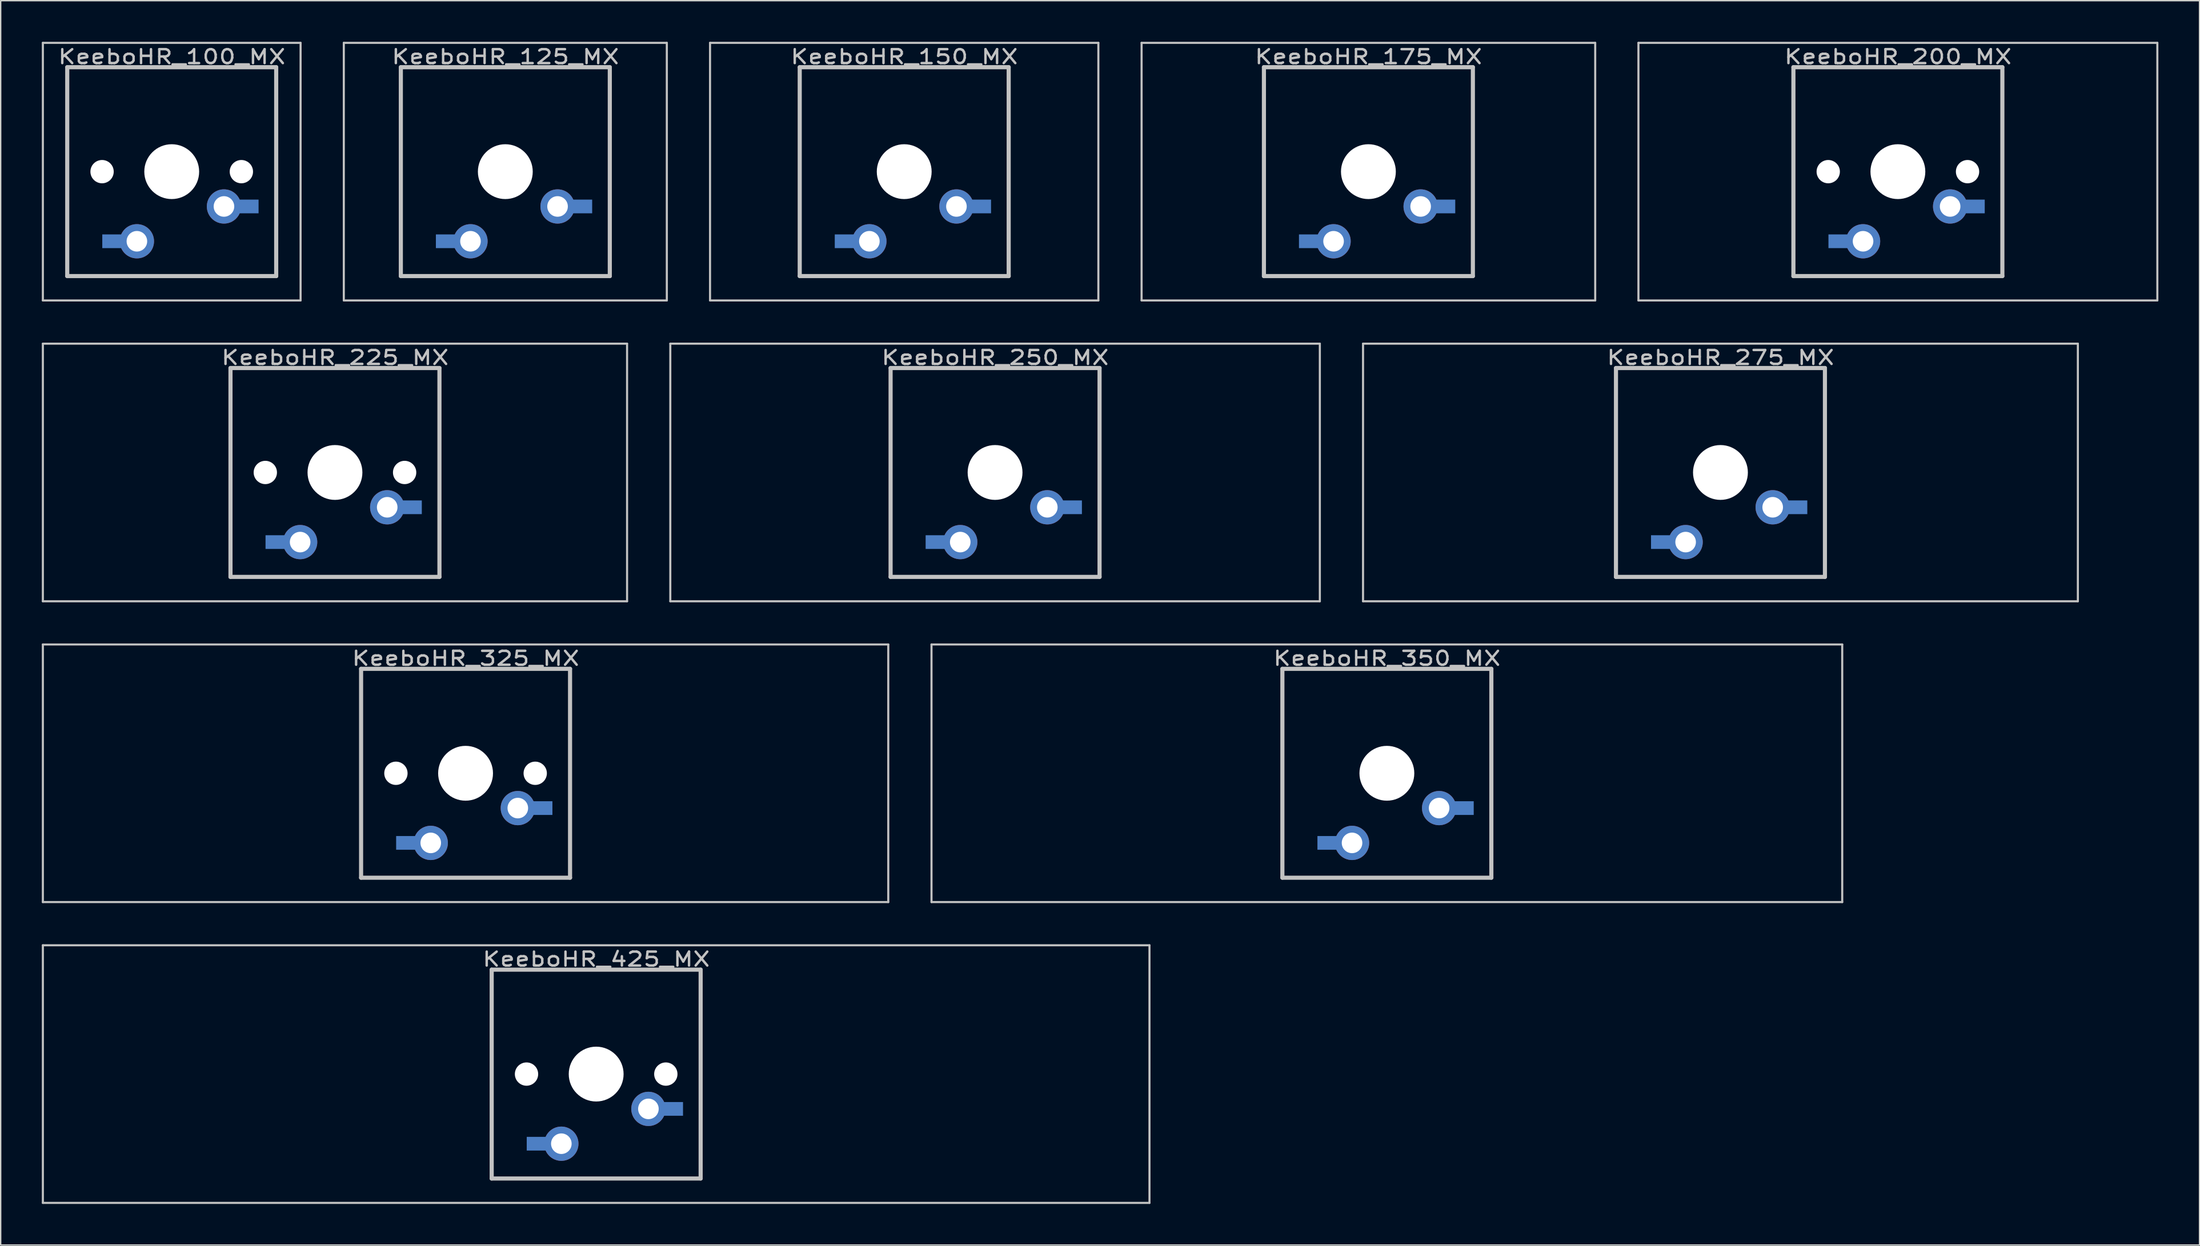
<source format=kicad_pcb>
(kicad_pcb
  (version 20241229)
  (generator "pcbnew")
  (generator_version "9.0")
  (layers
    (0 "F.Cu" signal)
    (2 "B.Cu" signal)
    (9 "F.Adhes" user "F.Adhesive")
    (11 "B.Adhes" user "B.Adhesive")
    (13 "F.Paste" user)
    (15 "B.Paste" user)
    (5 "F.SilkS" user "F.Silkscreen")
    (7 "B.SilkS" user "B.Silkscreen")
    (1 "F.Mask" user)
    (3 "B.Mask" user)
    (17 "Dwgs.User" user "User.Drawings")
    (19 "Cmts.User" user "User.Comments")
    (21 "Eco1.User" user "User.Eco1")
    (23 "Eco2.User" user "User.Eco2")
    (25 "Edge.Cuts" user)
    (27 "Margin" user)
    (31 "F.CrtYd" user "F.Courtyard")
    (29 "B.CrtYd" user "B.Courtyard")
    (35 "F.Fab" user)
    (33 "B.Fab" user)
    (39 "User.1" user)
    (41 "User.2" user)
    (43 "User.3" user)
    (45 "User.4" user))
  (footprint "KeeboHR_250_MX"
    (layer "B.Cu")
    (at 69.523 31.423)
    (property "Reference" "KeeboHR_250_MX" (at 0 -8.382 0) (layer "Dwgs.User") (effects (font (size 1.016 1.27) (thickness 0.178))))
    (attr through_hole)
    (fp_line (start -23.686 -9.398) (end 23.686 -9.398) (stroke (width 0.152) (type solid)) (layer "Dwgs.User"))
    (fp_line (start -23.686 9.398) (end -23.686 -9.398) (stroke (width 0.152) (type solid)) (layer "Dwgs.User"))
    (fp_line (start -7.62 -7.62) (end 7.62 -7.62) (stroke (width 0.3) (type solid)) (layer "Dwgs.User"))
    (fp_line (start -7.62 7.62) (end -7.62 -7.62) (stroke (width 0.3) (type solid)) (layer "Dwgs.User"))
    (fp_line (start 7.62 -7.62) (end 7.62 7.62) (stroke (width 0.3) (type solid)) (layer "Dwgs.User"))
    (fp_line (start 7.62 7.62) (end -7.62 7.62) (stroke (width 0.3) (type solid)) (layer "Dwgs.User"))
    (fp_line (start 23.686 -9.398) (end 23.686 9.398) (stroke (width 0.152) (type solid)) (layer "Dwgs.User"))
    (fp_line (start 23.686 9.398) (end -23.686 9.398) (stroke (width 0.152) (type solid)) (layer "Dwgs.User"))
    (pad "" np_thru_hole circle (at 0 0) (size 4 4) (drill 4) (layers "*.Cu" "*.Mask"))
    (pad "1" thru_hole circle (at 3.81 2.54) (size 2.5 2.5) (drill 1.5) (layers "*.Cu" "*.Mask"))
    (pad "1" smd rect (at 5.334 2.54) (size 2 1) (layers "B.Cu" "B.Mask"))
    (pad "2" smd rect (at -4.064 5.08) (size 2 1) (layers "B.Cu" "B.Mask"))
    (pad "2" thru_hole circle (at -2.54 5.08) (size 2.5 2.5) (drill 1.5) (layers "*.Cu" "*.Mask")))
  (footprint "KeeboHR_275_MX"
    (layer "B.Cu")
    (at 122.427 31.423)
    (property "Reference" "KeeboHR_275_MX" (at 0 -8.382 0) (layer "Dwgs.User") (effects (font (size 1.016 1.27) (thickness 0.178))))
    (attr through_hole)
    (fp_line (start -26.067 -9.398) (end 26.067 -9.398) (stroke (width 0.152) (type solid)) (layer "Dwgs.User"))
    (fp_line (start -26.067 9.398) (end -26.067 -9.398) (stroke (width 0.152) (type solid)) (layer "Dwgs.User"))
    (fp_line (start -7.62 -7.62) (end 7.62 -7.62) (stroke (width 0.3) (type solid)) (layer "Dwgs.User"))
    (fp_line (start -7.62 7.62) (end -7.62 -7.62) (stroke (width 0.3) (type solid)) (layer "Dwgs.User"))
    (fp_line (start 7.62 -7.62) (end 7.62 7.62) (stroke (width 0.3) (type solid)) (layer "Dwgs.User"))
    (fp_line (start 7.62 7.62) (end -7.62 7.62) (stroke (width 0.3) (type solid)) (layer "Dwgs.User"))
    (fp_line (start 26.067 -9.398) (end 26.067 9.398) (stroke (width 0.152) (type solid)) (layer "Dwgs.User"))
    (fp_line (start 26.067 9.398) (end -26.067 9.398) (stroke (width 0.152) (type solid)) (layer "Dwgs.User"))
    (pad "" np_thru_hole circle (at 0 0) (size 4 4) (drill 4) (layers "*.Cu" "*.Mask"))
    (pad "1" thru_hole circle (at 3.81 2.54) (size 2.5 2.5) (drill 1.5) (layers "*.Cu" "*.Mask"))
    (pad "1" smd rect (at 5.334 2.54) (size 2 1) (layers "B.Cu" "B.Mask"))
    (pad "2" smd rect (at -4.064 5.08) (size 2 1) (layers "B.Cu" "B.Mask"))
    (pad "2" thru_hole circle (at -2.54 5.08) (size 2.5 2.5) (drill 1.5) (layers "*.Cu" "*.Mask")))
  (footprint "KeeboHR_325_MX"
    (layer "B.Cu")
    (at 30.905 53.371)
    (property "Reference" "KeeboHR_325_MX" (at 0 -8.382 0) (layer "Dwgs.User") (effects (font (size 1.016 1.27) (thickness 0.178))))
    (attr through_hole)
    (fp_line (start -30.829 -9.398) (end 30.829 -9.398) (stroke (width 0.152) (type solid)) (layer "Dwgs.User"))
    (fp_line (start -30.829 9.398) (end -30.829 -9.398) (stroke (width 0.152) (type solid)) (layer "Dwgs.User"))
    (fp_line (start -7.62 -7.62) (end 7.62 -7.62) (stroke (width 0.3) (type solid)) (layer "Dwgs.User"))
    (fp_line (start -7.62 7.62) (end -7.62 -7.62) (stroke (width 0.3) (type solid)) (layer "Dwgs.User"))
    (fp_line (start 7.62 -7.62) (end 7.62 7.62) (stroke (width 0.3) (type solid)) (layer "Dwgs.User"))
    (fp_line (start 7.62 7.62) (end -7.62 7.62) (stroke (width 0.3) (type solid)) (layer "Dwgs.User"))
    (fp_line (start 30.829 -9.398) (end 30.829 9.398) (stroke (width 0.152) (type solid)) (layer "Dwgs.User"))
    (fp_line (start 30.829 9.398) (end -30.829 9.398) (stroke (width 0.152) (type solid)) (layer "Dwgs.User"))
    (pad "" np_thru_hole circle (at -5.08 0) (size 1.7 1.7) (drill 1.7) (layers "*.Cu" "*.Mask"))
    (pad "" np_thru_hole circle (at 0 0) (size 4 4) (drill 4) (layers "*.Cu" "*.Mask"))
    (pad "" np_thru_hole circle (at 5.08 0) (size 1.7 1.7) (drill 1.7) (layers "*.Cu" "*.Mask"))
    (pad "1" thru_hole circle (at 3.81 2.54) (size 2.5 2.5) (drill 1.5) (layers "*.Cu" "*.Mask"))
    (pad "1" smd rect (at 5.334 2.54) (size 2 1) (layers "B.Cu" "B.Mask"))
    (pad "2" smd rect (at -4.064 5.08) (size 2 1) (layers "B.Cu" "B.Mask"))
    (pad "2" thru_hole circle (at -2.54 5.08) (size 2.5 2.5) (drill 1.5) (layers "*.Cu" "*.Mask")))
  (footprint "KeeboHR_225_MX"
    (layer "B.Cu")
    (at 21.38 31.423)
    (property "Reference" "KeeboHR_225_MX" (at 0 -8.382 0) (layer "Dwgs.User") (effects (font (size 1.016 1.27) (thickness 0.178))))
    (attr through_hole)
    (fp_line (start -21.304 -9.398) (end 21.304 -9.398) (stroke (width 0.152) (type solid)) (layer "Dwgs.User"))
    (fp_line (start -21.304 9.398) (end -21.304 -9.398) (stroke (width 0.152) (type solid)) (layer "Dwgs.User"))
    (fp_line (start -7.62 -7.62) (end 7.62 -7.62) (stroke (width 0.3) (type solid)) (layer "Dwgs.User"))
    (fp_line (start -7.62 7.62) (end -7.62 -7.62) (stroke (width 0.3) (type solid)) (layer "Dwgs.User"))
    (fp_line (start 7.62 -7.62) (end 7.62 7.62) (stroke (width 0.3) (type solid)) (layer "Dwgs.User"))
    (fp_line (start 7.62 7.62) (end -7.62 7.62) (stroke (width 0.3) (type solid)) (layer "Dwgs.User"))
    (fp_line (start 21.304 -9.398) (end 21.304 9.398) (stroke (width 0.152) (type solid)) (layer "Dwgs.User"))
    (fp_line (start 21.304 9.398) (end -21.304 9.398) (stroke (width 0.152) (type solid)) (layer "Dwgs.User"))
    (pad "" np_thru_hole circle (at -5.08 0) (size 1.7 1.7) (drill 1.7) (layers "*.Cu" "*.Mask"))
    (pad "" np_thru_hole circle (at 0 0) (size 4 4) (drill 4) (layers "*.Cu" "*.Mask"))
    (pad "" np_thru_hole circle (at 5.08 0) (size 1.7 1.7) (drill 1.7) (layers "*.Cu" "*.Mask"))
    (pad "1" thru_hole circle (at 3.81 2.54) (size 2.5 2.5) (drill 1.5) (layers "*.Cu" "*.Mask"))
    (pad "1" smd rect (at 5.334 2.54) (size 2 1) (layers "B.Cu" "B.Mask"))
    (pad "2" smd rect (at -4.064 5.08) (size 2 1) (layers "B.Cu" "B.Mask"))
    (pad "2" thru_hole circle (at -2.54 5.08) (size 2.5 2.5) (drill 1.5) (layers "*.Cu" "*.Mask")))
  (footprint "KeeboHR_425_MX"
    (layer "B.Cu")
    (at 40.43 75.319)
    (property "Reference" "KeeboHR_425_MX" (at 0 -8.382 0) (layer "Dwgs.User") (effects (font (size 1.016 1.27) (thickness 0.178))))
    (attr through_hole)
    (fp_line (start -40.354 -9.398) (end 40.354 -9.398) (stroke (width 0.152) (type solid)) (layer "Dwgs.User"))
    (fp_line (start -40.354 9.398) (end -40.354 -9.398) (stroke (width 0.152) (type solid)) (layer "Dwgs.User"))
    (fp_line (start -7.62 -7.62) (end 7.62 -7.62) (stroke (width 0.3) (type solid)) (layer "Dwgs.User"))
    (fp_line (start -7.62 7.62) (end -7.62 -7.62) (stroke (width 0.3) (type solid)) (layer "Dwgs.User"))
    (fp_line (start 7.62 -7.62) (end 7.62 7.62) (stroke (width 0.3) (type solid)) (layer "Dwgs.User"))
    (fp_line (start 7.62 7.62) (end -7.62 7.62) (stroke (width 0.3) (type solid)) (layer "Dwgs.User"))
    (fp_line (start 40.354 -9.398) (end 40.354 9.398) (stroke (width 0.152) (type solid)) (layer "Dwgs.User"))
    (fp_line (start 40.354 9.398) (end -40.354 9.398) (stroke (width 0.152) (type solid)) (layer "Dwgs.User"))
    (pad "" np_thru_hole circle (at -5.08 0) (size 1.7 1.7) (drill 1.7) (layers "*.Cu" "*.Mask"))
    (pad "" np_thru_hole circle (at 0 0) (size 4 4) (drill 4) (layers "*.Cu" "*.Mask"))
    (pad "" np_thru_hole circle (at 5.08 0) (size 1.7 1.7) (drill 1.7) (layers "*.Cu" "*.Mask"))
    (pad "1" thru_hole circle (at 3.81 2.54) (size 2.5 2.5) (drill 1.5) (layers "*.Cu" "*.Mask"))
    (pad "1" smd rect (at 5.334 2.54) (size 2 1) (layers "B.Cu" "B.Mask"))
    (pad "2" smd rect (at -4.064 5.08) (size 2 1) (layers "B.Cu" "B.Mask"))
    (pad "2" thru_hole circle (at -2.54 5.08) (size 2.5 2.5) (drill 1.5) (layers "*.Cu" "*.Mask")))
  (footprint "KeeboHR_100_MX"
    (layer "B.Cu")
    (at 9.474 9.474)
    (property "Reference" "KeeboHR_100_MX" (at 0 -8.382 0) (layer "Dwgs.User") (effects (font (size 1.016 1.27) (thickness 0.178))))
    (attr through_hole)
    (fp_line (start -9.398 -9.398) (end 9.398 -9.398) (stroke (width 0.152) (type solid)) (layer "Dwgs.User"))
    (fp_line (start -9.398 9.398) (end -9.398 -9.398) (stroke (width 0.152) (type solid)) (layer "Dwgs.User"))
    (fp_line (start -7.62 -7.62) (end 7.62 -7.62) (stroke (width 0.3) (type solid)) (layer "Dwgs.User"))
    (fp_line (start -7.62 7.62) (end -7.62 -7.62) (stroke (width 0.3) (type solid)) (layer "Dwgs.User"))
    (fp_line (start 7.62 -7.62) (end 7.62 7.62) (stroke (width 0.3) (type solid)) (layer "Dwgs.User"))
    (fp_line (start 7.62 7.62) (end -7.62 7.62) (stroke (width 0.3) (type solid)) (layer "Dwgs.User"))
    (fp_line (start 9.398 -9.398) (end 9.398 9.398) (stroke (width 0.152) (type solid)) (layer "Dwgs.User"))
    (fp_line (start 9.398 9.398) (end -9.398 9.398) (stroke (width 0.152) (type solid)) (layer "Dwgs.User"))
    (pad "" np_thru_hole circle (at -5.08 0) (size 1.7 1.7) (drill 1.7) (layers "*.Cu" "*.Mask"))
    (pad "" np_thru_hole circle (at 0 0) (size 4 4) (drill 4) (layers "*.Cu" "*.Mask"))
    (pad "" np_thru_hole circle (at 5.08 0) (size 1.7 1.7) (drill 1.7) (layers "*.Cu" "*.Mask"))
    (pad "1" thru_hole circle (at 3.81 2.54) (size 2.5 2.5) (drill 1.5) (layers "*.Cu" "*.Mask"))
    (pad "1" smd rect (at 5.334 2.54) (size 2 1) (layers "B.Cu" "B.Mask"))
    (pad "2" smd rect (at -4.064 5.08) (size 2 1) (layers "B.Cu" "B.Mask"))
    (pad "2" thru_hole circle (at -2.54 5.08) (size 2.5 2.5) (drill 1.5) (layers "*.Cu" "*.Mask")))
  (footprint "KeeboHR_175_MX"
    (layer "B.Cu")
    (at 96.751 9.474)
    (property "Reference" "KeeboHR_175_MX" (at 0 -8.382 0) (layer "Dwgs.User") (effects (font (size 1.016 1.27) (thickness 0.178))))
    (attr through_hole)
    (fp_line (start -16.542 -9.398) (end 16.542 -9.398) (stroke (width 0.152) (type solid)) (layer "Dwgs.User"))
    (fp_line (start -16.542 9.398) (end -16.542 -9.398) (stroke (width 0.152) (type solid)) (layer "Dwgs.User"))
    (fp_line (start -7.62 -7.62) (end 7.62 -7.62) (stroke (width 0.3) (type solid)) (layer "Dwgs.User"))
    (fp_line (start -7.62 7.62) (end -7.62 -7.62) (stroke (width 0.3) (type solid)) (layer "Dwgs.User"))
    (fp_line (start 7.62 -7.62) (end 7.62 7.62) (stroke (width 0.3) (type solid)) (layer "Dwgs.User"))
    (fp_line (start 7.62 7.62) (end -7.62 7.62) (stroke (width 0.3) (type solid)) (layer "Dwgs.User"))
    (fp_line (start 16.542 -9.398) (end 16.542 9.398) (stroke (width 0.152) (type solid)) (layer "Dwgs.User"))
    (fp_line (start 16.542 9.398) (end -16.542 9.398) (stroke (width 0.152) (type solid)) (layer "Dwgs.User"))
    (pad "" np_thru_hole circle (at 0 0) (size 4 4) (drill 4) (layers "*.Cu" "*.Mask"))
    (pad "1" thru_hole circle (at 3.81 2.54) (size 2.5 2.5) (drill 1.5) (layers "*.Cu" "*.Mask"))
    (pad "1" smd rect (at 5.334 2.54) (size 2 1) (layers "B.Cu" "B.Mask"))
    (pad "2" smd rect (at -4.064 5.08) (size 2 1) (layers "B.Cu" "B.Mask"))
    (pad "2" thru_hole circle (at -2.54 5.08) (size 2.5 2.5) (drill 1.5) (layers "*.Cu" "*.Mask")))
  (footprint "KeeboHR_350_MX"
    (layer "B.Cu")
    (at 98.098 53.371)
    (property "Reference" "KeeboHR_350_MX" (at 0 -8.382 0) (layer "Dwgs.User") (effects (font (size 1.016 1.27) (thickness 0.178))))
    (attr through_hole)
    (fp_line (start -33.211 -9.398) (end 33.211 -9.398) (stroke (width 0.152) (type solid)) (layer "Dwgs.User"))
    (fp_line (start -33.211 9.398) (end -33.211 -9.398) (stroke (width 0.152) (type solid)) (layer "Dwgs.User"))
    (fp_line (start -7.62 -7.62) (end 7.62 -7.62) (stroke (width 0.3) (type solid)) (layer "Dwgs.User"))
    (fp_line (start -7.62 7.62) (end -7.62 -7.62) (stroke (width 0.3) (type solid)) (layer "Dwgs.User"))
    (fp_line (start 7.62 -7.62) (end 7.62 7.62) (stroke (width 0.3) (type solid)) (layer "Dwgs.User"))
    (fp_line (start 7.62 7.62) (end -7.62 7.62) (stroke (width 0.3) (type solid)) (layer "Dwgs.User"))
    (fp_line (start 33.211 -9.398) (end 33.211 9.398) (stroke (width 0.152) (type solid)) (layer "Dwgs.User"))
    (fp_line (start 33.211 9.398) (end -33.211 9.398) (stroke (width 0.152) (type solid)) (layer "Dwgs.User"))
    (pad "" np_thru_hole circle (at 0 0) (size 4 4) (drill 4) (layers "*.Cu" "*.Mask"))
    (pad "1" thru_hole circle (at 3.81 2.54) (size 2.5 2.5) (drill 1.5) (layers "*.Cu" "*.Mask"))
    (pad "1" smd rect (at 5.334 2.54) (size 2 1) (layers "B.Cu" "B.Mask"))
    (pad "2" smd rect (at -4.064 5.08) (size 2 1) (layers "B.Cu" "B.Mask"))
    (pad "2" thru_hole circle (at -2.54 5.08) (size 2.5 2.5) (drill 1.5) (layers "*.Cu" "*.Mask")))
  (footprint "KeeboHR_200_MX"
    (layer "B.Cu")
    (at 135.368 9.474)
    (property "Reference" "KeeboHR_200_MX" (at 0 -8.382 0) (layer "Dwgs.User") (effects (font (size 1.016 1.27) (thickness 0.178))))
    (attr through_hole)
    (fp_line (start -18.923 -9.398) (end 18.923 -9.398) (stroke (width 0.152) (type solid)) (layer "Dwgs.User"))
    (fp_line (start -18.923 9.398) (end -18.923 -9.398) (stroke (width 0.152) (type solid)) (layer "Dwgs.User"))
    (fp_line (start -7.62 -7.62) (end 7.62 -7.62) (stroke (width 0.3) (type solid)) (layer "Dwgs.User"))
    (fp_line (start -7.62 7.62) (end -7.62 -7.62) (stroke (width 0.3) (type solid)) (layer "Dwgs.User"))
    (fp_line (start 7.62 -7.62) (end 7.62 7.62) (stroke (width 0.3) (type solid)) (layer "Dwgs.User"))
    (fp_line (start 7.62 7.62) (end -7.62 7.62) (stroke (width 0.3) (type solid)) (layer "Dwgs.User"))
    (fp_line (start 18.923 -9.398) (end 18.923 9.398) (stroke (width 0.152) (type solid)) (layer "Dwgs.User"))
    (fp_line (start 18.923 9.398) (end -18.923 9.398) (stroke (width 0.152) (type solid)) (layer "Dwgs.User"))
    (pad "" np_thru_hole circle (at -5.08 0) (size 1.7 1.7) (drill 1.7) (layers "*.Cu" "*.Mask"))
    (pad "" np_thru_hole circle (at 0 0) (size 4 4) (drill 4) (layers "*.Cu" "*.Mask"))
    (pad "" np_thru_hole circle (at 5.08 0) (size 1.7 1.7) (drill 1.7) (layers "*.Cu" "*.Mask"))
    (pad "1" thru_hole circle (at 3.81 2.54) (size 2.5 2.5) (drill 1.5) (layers "*.Cu" "*.Mask"))
    (pad "1" smd rect (at 5.334 2.54) (size 2 1) (layers "B.Cu" "B.Mask"))
    (pad "2" smd rect (at -4.064 5.08) (size 2 1) (layers "B.Cu" "B.Mask"))
    (pad "2" thru_hole circle (at -2.54 5.08) (size 2.5 2.5) (drill 1.5) (layers "*.Cu" "*.Mask")))
  (footprint "KeeboHR_125_MX"
    (layer "B.Cu")
    (at 33.804 9.474)
    (property "Reference" "KeeboHR_125_MX" (at 0 -8.382 0) (layer "Dwgs.User") (effects (font (size 1.016 1.27) (thickness 0.178))))
    (attr through_hole)
    (fp_line (start -11.779 -9.398) (end 11.779 -9.398) (stroke (width 0.152) (type solid)) (layer "Dwgs.User"))
    (fp_line (start -11.779 9.398) (end -11.779 -9.398) (stroke (width 0.152) (type solid)) (layer "Dwgs.User"))
    (fp_line (start -7.62 -7.62) (end 7.62 -7.62) (stroke (width 0.3) (type solid)) (layer "Dwgs.User"))
    (fp_line (start -7.62 7.62) (end -7.62 -7.62) (stroke (width 0.3) (type solid)) (layer "Dwgs.User"))
    (fp_line (start 7.62 -7.62) (end 7.62 7.62) (stroke (width 0.3) (type solid)) (layer "Dwgs.User"))
    (fp_line (start 7.62 7.62) (end -7.62 7.62) (stroke (width 0.3) (type solid)) (layer "Dwgs.User"))
    (fp_line (start 11.779 -9.398) (end 11.779 9.398) (stroke (width 0.152) (type solid)) (layer "Dwgs.User"))
    (fp_line (start 11.779 9.398) (end -11.779 9.398) (stroke (width 0.152) (type solid)) (layer "Dwgs.User"))
    (pad "" np_thru_hole circle (at 0 0) (size 4 4) (drill 4) (layers "*.Cu" "*.Mask"))
    (pad "1" thru_hole circle (at 3.81 2.54) (size 2.5 2.5) (drill 1.5) (layers "*.Cu" "*.Mask"))
    (pad "1" smd rect (at 5.334 2.54) (size 2 1) (layers "B.Cu" "B.Mask"))
    (pad "2" smd rect (at -4.064 5.08) (size 2 1) (layers "B.Cu" "B.Mask"))
    (pad "2" thru_hole circle (at -2.54 5.08) (size 2.5 2.5) (drill 1.5) (layers "*.Cu" "*.Mask")))
  (footprint "KeeboHR_150_MX"
    (layer "B.Cu")
    (at 62.896 9.474)
    (property "Reference" "KeeboHR_150_MX" (at 0 -8.382 0) (layer "Dwgs.User") (effects (font (size 1.016 1.27) (thickness 0.178))))
    (attr through_hole)
    (fp_line (start -14.161 -9.398) (end 14.161 -9.398) (stroke (width 0.152) (type solid)) (layer "Dwgs.User"))
    (fp_line (start -14.161 9.398) (end -14.161 -9.398) (stroke (width 0.152) (type solid)) (layer "Dwgs.User"))
    (fp_line (start -7.62 -7.62) (end 7.62 -7.62) (stroke (width 0.3) (type solid)) (layer "Dwgs.User"))
    (fp_line (start -7.62 7.62) (end -7.62 -7.62) (stroke (width 0.3) (type solid)) (layer "Dwgs.User"))
    (fp_line (start 7.62 -7.62) (end 7.62 7.62) (stroke (width 0.3) (type solid)) (layer "Dwgs.User"))
    (fp_line (start 7.62 7.62) (end -7.62 7.62) (stroke (width 0.3) (type solid)) (layer "Dwgs.User"))
    (fp_line (start 14.161 -9.398) (end 14.161 9.398) (stroke (width 0.152) (type solid)) (layer "Dwgs.User"))
    (fp_line (start 14.161 9.398) (end -14.161 9.398) (stroke (width 0.152) (type solid)) (layer "Dwgs.User"))
    (pad "" np_thru_hole circle (at 0 0) (size 4 4) (drill 4) (layers "*.Cu" "*.Mask"))
    (pad "1" thru_hole circle (at 3.81 2.54) (size 2.5 2.5) (drill 1.5) (layers "*.Cu" "*.Mask"))
    (pad "1" smd rect (at 5.334 2.54) (size 2 1) (layers "B.Cu" "B.Mask"))
    (pad "2" smd rect (at -4.064 5.08) (size 2 1) (layers "B.Cu" "B.Mask"))
    (pad "2" thru_hole circle (at -2.54 5.08) (size 2.5 2.5) (drill 1.5) (layers "*.Cu" "*.Mask")))
  (gr_rect
    (start -3 -3)
    (end 157.367 87.794)
    (stroke (width 0.1) (type default))
    (fill no)
    (layer "Edge.Cuts")))
</source>
